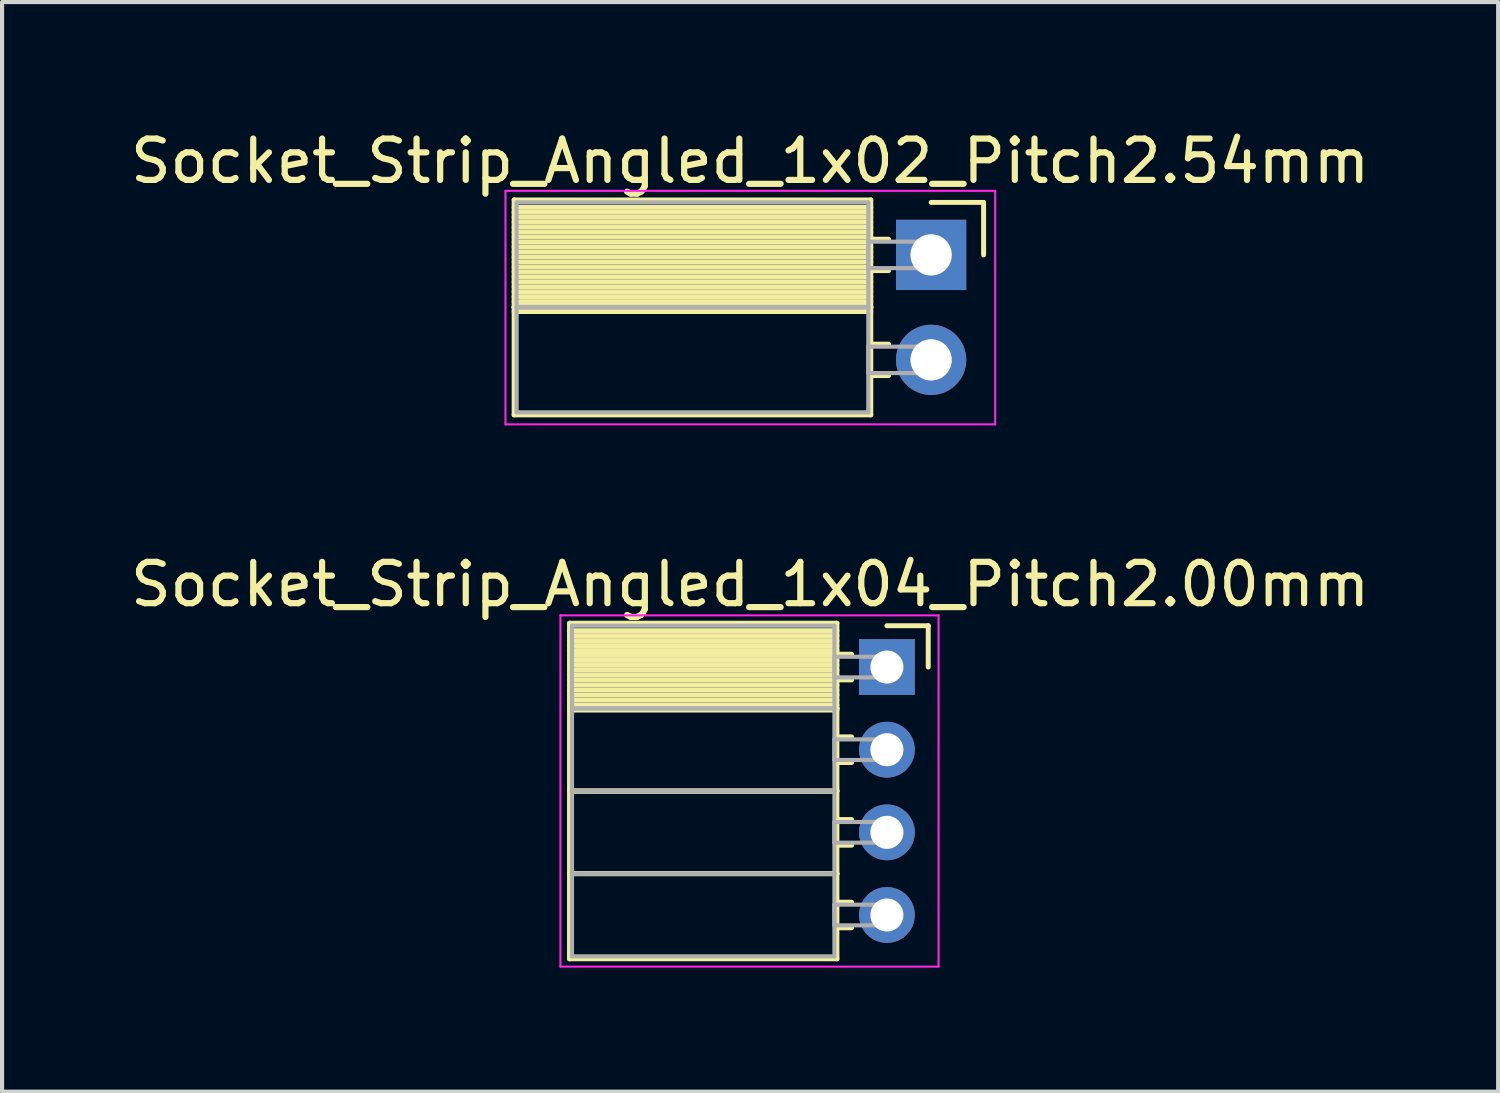
<source format=kicad_pcb>
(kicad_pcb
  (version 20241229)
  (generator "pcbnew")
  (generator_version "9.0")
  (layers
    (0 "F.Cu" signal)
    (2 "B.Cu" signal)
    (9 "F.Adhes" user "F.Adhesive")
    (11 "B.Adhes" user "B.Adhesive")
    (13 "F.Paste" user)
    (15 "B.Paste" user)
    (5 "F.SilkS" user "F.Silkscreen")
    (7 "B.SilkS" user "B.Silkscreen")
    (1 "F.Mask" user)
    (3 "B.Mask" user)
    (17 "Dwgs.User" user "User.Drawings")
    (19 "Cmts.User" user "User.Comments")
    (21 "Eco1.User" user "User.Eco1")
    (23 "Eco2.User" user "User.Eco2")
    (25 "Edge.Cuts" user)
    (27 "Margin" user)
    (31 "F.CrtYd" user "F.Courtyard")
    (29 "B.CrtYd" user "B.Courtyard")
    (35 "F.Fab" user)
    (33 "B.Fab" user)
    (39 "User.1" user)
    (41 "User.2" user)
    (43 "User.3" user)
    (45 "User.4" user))
  (footprint "Socket_Strip_Angled_1x02_Pitch2.54mm"
    (layer "F.Cu")
    (at 19.481 3.118)
    (property "Reference" "Socket_Strip_Angled_1x02_Pitch2.54mm" (at -4.38 -2.27 0) (layer "F.SilkS") (effects (font (size 1 1) (thickness 0.15))))
    (attr through_hole)
    (fp_line (start -10.09 -1.33) (end -1.46 -1.33) (stroke (width 0.12) (type solid)) (layer "F.SilkS"))
    (fp_line (start -10.09 1.27) (end -10.09 -1.33) (stroke (width 0.12) (type solid)) (layer "F.SilkS"))
    (fp_line (start -10.09 1.27) (end -1.46 1.27) (stroke (width 0.12) (type solid)) (layer "F.SilkS"))
    (fp_line (start -10.09 3.87) (end -10.09 1.27) (stroke (width 0.12) (type solid)) (layer "F.SilkS"))
    (fp_line (start -1.46 -1.33) (end -1.46 1.27) (stroke (width 0.12) (type solid)) (layer "F.SilkS"))
    (fp_line (start -1.46 -1.15) (end -10.09 -1.15) (stroke (width 0.12) (type solid)) (layer "F.SilkS"))
    (fp_line (start -1.46 -1.03) (end -10.09 -1.03) (stroke (width 0.12) (type solid)) (layer "F.SilkS"))
    (fp_line (start -1.46 -0.91) (end -10.09 -0.91) (stroke (width 0.12) (type solid)) (layer "F.SilkS"))
    (fp_line (start -1.46 -0.79) (end -10.09 -0.79) (stroke (width 0.12) (type solid)) (layer "F.SilkS"))
    (fp_line (start -1.46 -0.67) (end -10.09 -0.67) (stroke (width 0.12) (type solid)) (layer "F.SilkS"))
    (fp_line (start -1.46 -0.55) (end -10.09 -0.55) (stroke (width 0.12) (type solid)) (layer "F.SilkS"))
    (fp_line (start -1.46 -0.43) (end -10.09 -0.43) (stroke (width 0.12) (type solid)) (layer "F.SilkS"))
    (fp_line (start -1.46 -0.31) (end -10.09 -0.31) (stroke (width 0.12) (type solid)) (layer "F.SilkS"))
    (fp_line (start -1.46 -0.19) (end -10.09 -0.19) (stroke (width 0.12) (type solid)) (layer "F.SilkS"))
    (fp_line (start -1.46 -0.07) (end -10.09 -0.07) (stroke (width 0.12) (type solid)) (layer "F.SilkS"))
    (fp_line (start -1.46 0.05) (end -10.09 0.05) (stroke (width 0.12) (type solid)) (layer "F.SilkS"))
    (fp_line (start -1.46 0.17) (end -10.09 0.17) (stroke (width 0.12) (type solid)) (layer "F.SilkS"))
    (fp_line (start -1.46 0.29) (end -10.09 0.29) (stroke (width 0.12) (type solid)) (layer "F.SilkS"))
    (fp_line (start -1.46 0.41) (end -10.09 0.41) (stroke (width 0.12) (type solid)) (layer "F.SilkS"))
    (fp_line (start -1.46 0.53) (end -10.09 0.53) (stroke (width 0.12) (type solid)) (layer "F.SilkS"))
    (fp_line (start -1.46 0.65) (end -10.09 0.65) (stroke (width 0.12) (type solid)) (layer "F.SilkS"))
    (fp_line (start -1.46 0.77) (end -10.09 0.77) (stroke (width 0.12) (type solid)) (layer "F.SilkS"))
    (fp_line (start -1.46 0.89) (end -10.09 0.89) (stroke (width 0.12) (type solid)) (layer "F.SilkS"))
    (fp_line (start -1.46 1.01) (end -10.09 1.01) (stroke (width 0.12) (type solid)) (layer "F.SilkS"))
    (fp_line (start -1.46 1.13) (end -10.09 1.13) (stroke (width 0.12) (type solid)) (layer "F.SilkS"))
    (fp_line (start -1.46 1.25) (end -10.09 1.25) (stroke (width 0.12) (type solid)) (layer "F.SilkS"))
    (fp_line (start -1.46 1.27) (end -10.09 1.27) (stroke (width 0.12) (type solid)) (layer "F.SilkS"))
    (fp_line (start -1.46 1.27) (end -1.46 3.87) (stroke (width 0.12) (type solid)) (layer "F.SilkS"))
    (fp_line (start -1.46 1.37) (end -10.09 1.37) (stroke (width 0.12) (type solid)) (layer "F.SilkS"))
    (fp_line (start -1.46 3.87) (end -10.09 3.87) (stroke (width 0.12) (type solid)) (layer "F.SilkS"))
    (fp_line (start -1.03 -0.38) (end -1.46 -0.38) (stroke (width 0.12) (type solid)) (layer "F.SilkS"))
    (fp_line (start -1.03 0.38) (end -1.46 0.38) (stroke (width 0.12) (type solid)) (layer "F.SilkS"))
    (fp_line (start -1.03 2.16) (end -1.46 2.16) (stroke (width 0.12) (type solid)) (layer "F.SilkS"))
    (fp_line (start -1.03 2.92) (end -1.46 2.92) (stroke (width 0.12) (type solid)) (layer "F.SilkS"))
    (fp_line (start 0 -1.27) (end 1.27 -1.27) (stroke (width 0.12) (type solid)) (layer "F.SilkS"))
    (fp_line (start 1.27 -1.27) (end 1.27 0) (stroke (width 0.12) (type solid)) (layer "F.SilkS"))
    (fp_line (start -10.3 -1.55) (end 1.55 -1.55) (stroke (width 0.05) (type solid)) (layer "F.CrtYd"))
    (fp_line (start -10.3 4.1) (end -10.3 -1.55) (stroke (width 0.05) (type solid)) (layer "F.CrtYd"))
    (fp_line (start 1.55 -1.55) (end 1.55 4.1) (stroke (width 0.05) (type solid)) (layer "F.CrtYd"))
    (fp_line (start 1.55 4.1) (end -10.3 4.1) (stroke (width 0.05) (type solid)) (layer "F.CrtYd"))
    (fp_line (start -10.03 -1.27) (end -1.52 -1.27) (stroke (width 0.1) (type solid)) (layer "F.Fab"))
    (fp_line (start -10.03 1.27) (end -10.03 -1.27) (stroke (width 0.1) (type solid)) (layer "F.Fab"))
    (fp_line (start -10.03 1.27) (end -1.52 1.27) (stroke (width 0.1) (type solid)) (layer "F.Fab"))
    (fp_line (start -10.03 3.81) (end -10.03 1.27) (stroke (width 0.1) (type solid)) (layer "F.Fab"))
    (fp_line (start -1.52 -1.27) (end -1.52 1.27) (stroke (width 0.1) (type solid)) (layer "F.Fab"))
    (fp_line (start -1.52 -0.32) (end 0 -0.32) (stroke (width 0.1) (type solid)) (layer "F.Fab"))
    (fp_line (start -1.52 0.32) (end -1.52 -0.32) (stroke (width 0.1) (type solid)) (layer "F.Fab"))
    (fp_line (start -1.52 1.27) (end -10.03 1.27) (stroke (width 0.1) (type solid)) (layer "F.Fab"))
    (fp_line (start -1.52 1.27) (end -1.52 3.81) (stroke (width 0.1) (type solid)) (layer "F.Fab"))
    (fp_line (start -1.52 2.22) (end 0 2.22) (stroke (width 0.1) (type solid)) (layer "F.Fab"))
    (fp_line (start -1.52 2.86) (end -1.52 2.22) (stroke (width 0.1) (type solid)) (layer "F.Fab"))
    (fp_line (start -1.52 3.81) (end -10.03 3.81) (stroke (width 0.1) (type solid)) (layer "F.Fab"))
    (fp_line (start 0 -0.32) (end 0 0.32) (stroke (width 0.1) (type solid)) (layer "F.Fab"))
    (fp_line (start 0 0.32) (end -1.52 0.32) (stroke (width 0.1) (type solid)) (layer "F.Fab"))
    (fp_line (start 0 2.22) (end 0 2.86) (stroke (width 0.1) (type solid)) (layer "F.Fab"))
    (fp_line (start 0 2.86) (end -1.52 2.86) (stroke (width 0.1) (type solid)) (layer "F.Fab"))
    (pad "1" thru_hole rect (at 0 0) (size 1.7 1.7) (drill 1) (layers "*.Cu" "*.Mask"))
    (pad "2" thru_hole oval (at 0 2.54) (size 1.7 1.7) (drill 1) (layers "*.Cu" "*.Mask")))
  (footprint "Socket_Strip_Angled_1x04_Pitch2.00mm"
    (layer "F.Cu")
    (at 18.411 13.091)
    (property "Reference" "Socket_Strip_Angled_1x04_Pitch2.00mm" (at -3.31 -2 0) (layer "F.SilkS") (effects (font (size 1 1) (thickness 0.15))))
    (attr through_hole)
    (fp_line (start -7.68 -1.06) (end -1.21 -1.06) (stroke (width 0.12) (type solid)) (layer "F.SilkS"))
    (fp_line (start -7.68 1) (end -7.68 -1.06) (stroke (width 0.12) (type solid)) (layer "F.SilkS"))
    (fp_line (start -7.68 1) (end -1.21 1) (stroke (width 0.12) (type solid)) (layer "F.SilkS"))
    (fp_line (start -7.68 3) (end -7.68 1) (stroke (width 0.12) (type solid)) (layer "F.SilkS"))
    (fp_line (start -7.68 3) (end -1.21 3) (stroke (width 0.12) (type solid)) (layer "F.SilkS"))
    (fp_line (start -7.68 5) (end -7.68 3) (stroke (width 0.12) (type solid)) (layer "F.SilkS"))
    (fp_line (start -7.68 5) (end -1.21 5) (stroke (width 0.12) (type solid)) (layer "F.SilkS"))
    (fp_line (start -7.68 7.06) (end -7.68 5) (stroke (width 0.12) (type solid)) (layer "F.SilkS"))
    (fp_line (start -1.21 -1.06) (end -1.21 1) (stroke (width 0.12) (type solid)) (layer "F.SilkS"))
    (fp_line (start -1.21 -0.88) (end -7.68 -0.88) (stroke (width 0.12) (type solid)) (layer "F.SilkS"))
    (fp_line (start -1.21 -0.76) (end -7.68 -0.76) (stroke (width 0.12) (type solid)) (layer "F.SilkS"))
    (fp_line (start -1.21 -0.64) (end -7.68 -0.64) (stroke (width 0.12) (type solid)) (layer "F.SilkS"))
    (fp_line (start -1.21 -0.52) (end -7.68 -0.52) (stroke (width 0.12) (type solid)) (layer "F.SilkS"))
    (fp_line (start -1.21 -0.4) (end -7.68 -0.4) (stroke (width 0.12) (type solid)) (layer "F.SilkS"))
    (fp_line (start -1.21 -0.28) (end -7.68 -0.28) (stroke (width 0.12) (type solid)) (layer "F.SilkS"))
    (fp_line (start -1.21 -0.16) (end -7.68 -0.16) (stroke (width 0.12) (type solid)) (layer "F.SilkS"))
    (fp_line (start -1.21 -0.04) (end -7.68 -0.04) (stroke (width 0.12) (type solid)) (layer "F.SilkS"))
    (fp_line (start -1.21 0.08) (end -7.68 0.08) (stroke (width 0.12) (type solid)) (layer "F.SilkS"))
    (fp_line (start -1.21 0.2) (end -7.68 0.2) (stroke (width 0.12) (type solid)) (layer "F.SilkS"))
    (fp_line (start -1.21 0.32) (end -7.68 0.32) (stroke (width 0.12) (type solid)) (layer "F.SilkS"))
    (fp_line (start -1.21 0.44) (end -7.68 0.44) (stroke (width 0.12) (type solid)) (layer "F.SilkS"))
    (fp_line (start -1.21 0.56) (end -7.68 0.56) (stroke (width 0.12) (type solid)) (layer "F.SilkS"))
    (fp_line (start -1.21 0.68) (end -7.68 0.68) (stroke (width 0.12) (type solid)) (layer "F.SilkS"))
    (fp_line (start -1.21 0.8) (end -7.68 0.8) (stroke (width 0.12) (type solid)) (layer "F.SilkS"))
    (fp_line (start -1.21 0.92) (end -7.68 0.92) (stroke (width 0.12) (type solid)) (layer "F.SilkS"))
    (fp_line (start -1.21 1) (end -7.68 1) (stroke (width 0.12) (type solid)) (layer "F.SilkS"))
    (fp_line (start -1.21 1) (end -1.21 3) (stroke (width 0.12) (type solid)) (layer "F.SilkS"))
    (fp_line (start -1.21 1.04) (end -7.68 1.04) (stroke (width 0.12) (type solid)) (layer "F.SilkS"))
    (fp_line (start -1.21 3) (end -7.68 3) (stroke (width 0.12) (type solid)) (layer "F.SilkS"))
    (fp_line (start -1.21 3) (end -1.21 5) (stroke (width 0.12) (type solid)) (layer "F.SilkS"))
    (fp_line (start -1.21 5) (end -7.68 5) (stroke (width 0.12) (type solid)) (layer "F.SilkS"))
    (fp_line (start -1.21 5) (end -1.21 7.06) (stroke (width 0.12) (type solid)) (layer "F.SilkS"))
    (fp_line (start -1.21 7.06) (end -7.68 7.06) (stroke (width 0.12) (type solid)) (layer "F.SilkS"))
    (fp_line (start -0.855 -0.31) (end -1.21 -0.31) (stroke (width 0.12) (type solid)) (layer "F.SilkS"))
    (fp_line (start -0.855 0.31) (end -1.21 0.31) (stroke (width 0.12) (type solid)) (layer "F.SilkS"))
    (fp_line (start -0.855 1.69) (end -1.21 1.69) (stroke (width 0.12) (type solid)) (layer "F.SilkS"))
    (fp_line (start -0.855 2.31) (end -1.21 2.31) (stroke (width 0.12) (type solid)) (layer "F.SilkS"))
    (fp_line (start -0.855 3.69) (end -1.21 3.69) (stroke (width 0.12) (type solid)) (layer "F.SilkS"))
    (fp_line (start -0.855 4.31) (end -1.21 4.31) (stroke (width 0.12) (type solid)) (layer "F.SilkS"))
    (fp_line (start -0.855 5.69) (end -1.21 5.69) (stroke (width 0.12) (type solid)) (layer "F.SilkS"))
    (fp_line (start -0.855 6.31) (end -1.21 6.31) (stroke (width 0.12) (type solid)) (layer "F.SilkS"))
    (fp_line (start 0 -1) (end 1 -1) (stroke (width 0.12) (type solid)) (layer "F.SilkS"))
    (fp_line (start 1 -1) (end 1 0) (stroke (width 0.12) (type solid)) (layer "F.SilkS"))
    (fp_line (start -7.9 -1.25) (end 1.25 -1.25) (stroke (width 0.05) (type solid)) (layer "F.CrtYd"))
    (fp_line (start -7.9 7.25) (end -7.9 -1.25) (stroke (width 0.05) (type solid)) (layer "F.CrtYd"))
    (fp_line (start 1.25 -1.25) (end 1.25 7.25) (stroke (width 0.05) (type solid)) (layer "F.CrtYd"))
    (fp_line (start 1.25 7.25) (end -7.9 7.25) (stroke (width 0.05) (type solid)) (layer "F.CrtYd"))
    (fp_line (start -7.62 -1) (end -1.27 -1) (stroke (width 0.1) (type solid)) (layer "F.Fab"))
    (fp_line (start -7.62 1) (end -7.62 -1) (stroke (width 0.1) (type solid)) (layer "F.Fab"))
    (fp_line (start -7.62 1) (end -1.27 1) (stroke (width 0.1) (type solid)) (layer "F.Fab"))
    (fp_line (start -7.62 3) (end -7.62 1) (stroke (width 0.1) (type solid)) (layer "F.Fab"))
    (fp_line (start -7.62 3) (end -1.27 3) (stroke (width 0.1) (type solid)) (layer "F.Fab"))
    (fp_line (start -7.62 5) (end -7.62 3) (stroke (width 0.1) (type solid)) (layer "F.Fab"))
    (fp_line (start -7.62 5) (end -1.27 5) (stroke (width 0.1) (type solid)) (layer "F.Fab"))
    (fp_line (start -7.62 7) (end -7.62 5) (stroke (width 0.1) (type solid)) (layer "F.Fab"))
    (fp_line (start -1.27 -1) (end -1.27 1) (stroke (width 0.1) (type solid)) (layer "F.Fab"))
    (fp_line (start -1.27 -0.25) (end 0 -0.25) (stroke (width 0.1) (type solid)) (layer "F.Fab"))
    (fp_line (start -1.27 0.25) (end -1.27 -0.25) (stroke (width 0.1) (type solid)) (layer "F.Fab"))
    (fp_line (start -1.27 1) (end -7.62 1) (stroke (width 0.1) (type solid)) (layer "F.Fab"))
    (fp_line (start -1.27 1) (end -1.27 3) (stroke (width 0.1) (type solid)) (layer "F.Fab"))
    (fp_line (start -1.27 1.75) (end 0 1.75) (stroke (width 0.1) (type solid)) (layer "F.Fab"))
    (fp_line (start -1.27 2.25) (end -1.27 1.75) (stroke (width 0.1) (type solid)) (layer "F.Fab"))
    (fp_line (start -1.27 3) (end -7.62 3) (stroke (width 0.1) (type solid)) (layer "F.Fab"))
    (fp_line (start -1.27 3) (end -1.27 5) (stroke (width 0.1) (type solid)) (layer "F.Fab"))
    (fp_line (start -1.27 3.75) (end 0 3.75) (stroke (width 0.1) (type solid)) (layer "F.Fab"))
    (fp_line (start -1.27 4.25) (end -1.27 3.75) (stroke (width 0.1) (type solid)) (layer "F.Fab"))
    (fp_line (start -1.27 5) (end -7.62 5) (stroke (width 0.1) (type solid)) (layer "F.Fab"))
    (fp_line (start -1.27 5) (end -1.27 7) (stroke (width 0.1) (type solid)) (layer "F.Fab"))
    (fp_line (start -1.27 5.75) (end 0 5.75) (stroke (width 0.1) (type solid)) (layer "F.Fab"))
    (fp_line (start -1.27 6.25) (end -1.27 5.75) (stroke (width 0.1) (type solid)) (layer "F.Fab"))
    (fp_line (start -1.27 7) (end -7.62 7) (stroke (width 0.1) (type solid)) (layer "F.Fab"))
    (fp_line (start 0 -0.25) (end 0 0.25) (stroke (width 0.1) (type solid)) (layer "F.Fab"))
    (fp_line (start 0 0.25) (end -1.27 0.25) (stroke (width 0.1) (type solid)) (layer "F.Fab"))
    (fp_line (start 0 1.75) (end 0 2.25) (stroke (width 0.1) (type solid)) (layer "F.Fab"))
    (fp_line (start 0 2.25) (end -1.27 2.25) (stroke (width 0.1) (type solid)) (layer "F.Fab"))
    (fp_line (start 0 3.75) (end 0 4.25) (stroke (width 0.1) (type solid)) (layer "F.Fab"))
    (fp_line (start 0 4.25) (end -1.27 4.25) (stroke (width 0.1) (type solid)) (layer "F.Fab"))
    (fp_line (start 0 5.75) (end 0 6.25) (stroke (width 0.1) (type solid)) (layer "F.Fab"))
    (fp_line (start 0 6.25) (end -1.27 6.25) (stroke (width 0.1) (type solid)) (layer "F.Fab"))
    (pad "1" thru_hole rect (at 0 0) (size 1.35 1.35) (drill 0.8) (layers "*.Cu" "*.Mask"))
    (pad "2" thru_hole oval (at 0 2) (size 1.35 1.35) (drill 0.8) (layers "*.Cu" "*.Mask"))
    (pad "3" thru_hole oval (at 0 4) (size 1.35 1.35) (drill 0.8) (layers "*.Cu" "*.Mask"))
    (pad "4" thru_hole oval (at 0 6) (size 1.35 1.35) (drill 0.8) (layers "*.Cu" "*.Mask")))
  (gr_rect
    (start -3 -3)
    (end 33.202 23.366)
    (stroke (width 0.1) (type default))
    (fill no)
    (layer "Edge.Cuts")))
</source>
